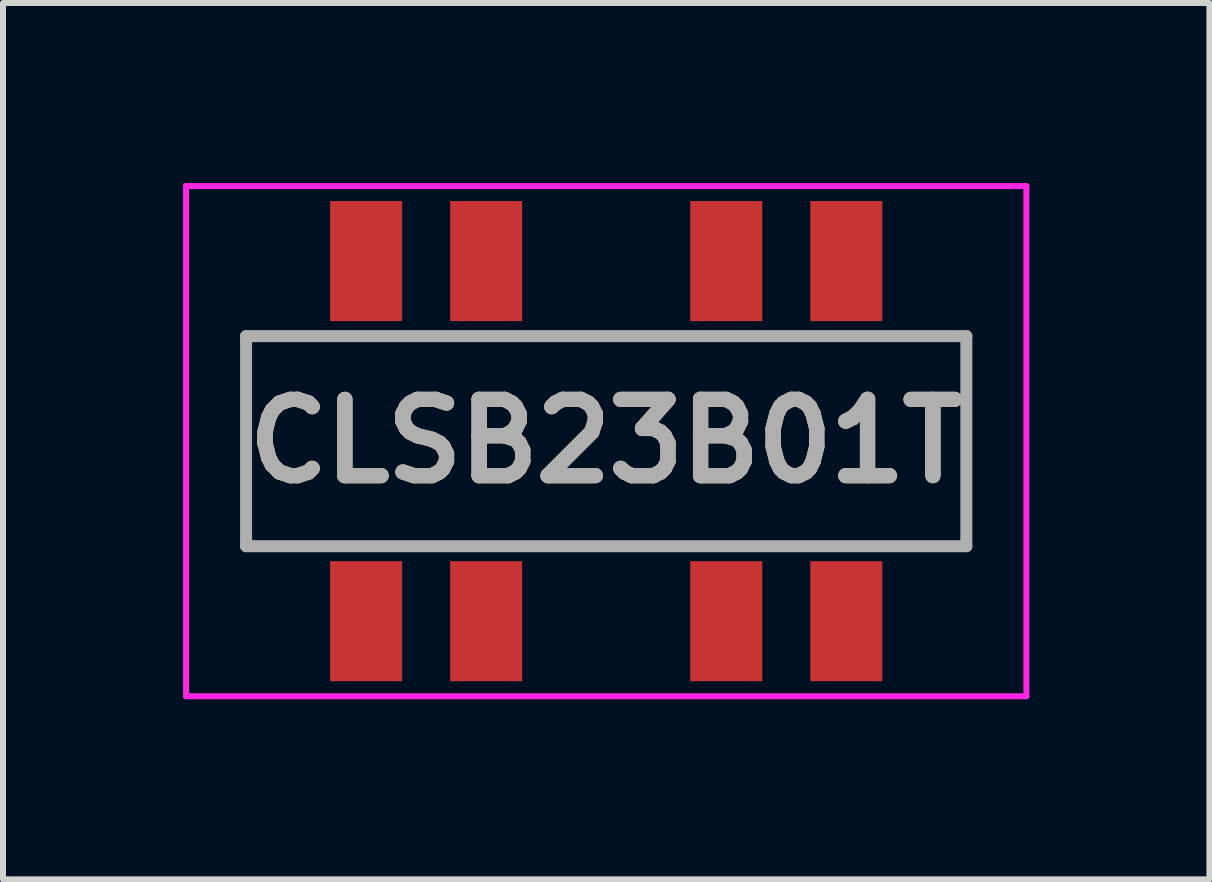
<source format=kicad_pcb>
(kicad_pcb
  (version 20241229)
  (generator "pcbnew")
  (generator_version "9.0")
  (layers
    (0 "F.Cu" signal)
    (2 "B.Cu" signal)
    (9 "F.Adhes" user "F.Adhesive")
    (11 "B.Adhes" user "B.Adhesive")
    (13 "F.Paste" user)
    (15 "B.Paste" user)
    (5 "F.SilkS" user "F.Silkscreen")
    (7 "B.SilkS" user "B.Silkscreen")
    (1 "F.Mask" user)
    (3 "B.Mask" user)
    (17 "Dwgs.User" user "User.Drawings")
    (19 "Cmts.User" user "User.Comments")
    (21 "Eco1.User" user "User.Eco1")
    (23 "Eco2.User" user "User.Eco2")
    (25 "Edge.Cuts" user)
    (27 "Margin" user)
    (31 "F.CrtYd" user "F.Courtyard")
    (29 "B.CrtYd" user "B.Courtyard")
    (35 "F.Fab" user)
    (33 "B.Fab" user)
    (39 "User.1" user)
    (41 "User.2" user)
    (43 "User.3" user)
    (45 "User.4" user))
  (footprint "CLSB23B01T"
    (layer "F.Cu")
    (at 7.05 4.3)
    (property "Reference" "CLSB23B01T" (at 0 0 0) (layer "F.SilkS") (effects (font (size 1.27 1.27) (thickness 0.254))))
    (attr smd)
    (fp_line (start -6 -1.75) (end -6 1.75) (stroke (width 0.1) (type solid)) (layer "F.SilkS"))
    (fp_line (start -6 1.75) (end -5 1.75) (stroke (width 0.1) (type solid)) (layer "F.SilkS"))
    (fp_line (start -5 -1.75) (end -6 -1.75) (stroke (width 0.1) (type solid)) (layer "F.SilkS"))
    (fp_line (start -1 -1.75) (end 1 -1.75) (stroke (width 0.1) (type solid)) (layer "F.SilkS"))
    (fp_line (start -1 1.75) (end 1 1.75) (stroke (width 0.1) (type solid)) (layer "F.SilkS"))
    (fp_line (start 5 -1.75) (end 6 -1.75) (stroke (width 0.1) (type solid)) (layer "F.SilkS"))
    (fp_line (start 6 -1.75) (end 6 1.75) (stroke (width 0.1) (type solid)) (layer "F.SilkS"))
    (fp_line (start 6 1.75) (end 5 1.75) (stroke (width 0.1) (type solid)) (layer "F.SilkS"))
    (fp_line (start -7 -4.25) (end 7 -4.25) (stroke (width 0.1) (type solid)) (layer "F.CrtYd"))
    (fp_line (start -7 4.25) (end -7 -4.25) (stroke (width 0.1) (type solid)) (layer "F.CrtYd"))
    (fp_line (start 7 -4.25) (end 7 4.25) (stroke (width 0.1) (type solid)) (layer "F.CrtYd"))
    (fp_line (start 7 4.25) (end -7 4.25) (stroke (width 0.1) (type solid)) (layer "F.CrtYd"))
    (fp_line (start -6 -1.75) (end 6 -1.75) (stroke (width 0.2) (type solid)) (layer "F.Fab"))
    (fp_line (start -6 1.75) (end -6 -1.75) (stroke (width 0.2) (type solid)) (layer "F.Fab"))
    (fp_line (start 6 -1.75) (end 6 1.75) (stroke (width 0.2) (type solid)) (layer "F.Fab"))
    (fp_line (start 6 1.75) (end -6 1.75) (stroke (width 0.2) (type solid)) (layer "F.Fab"))
    (fp_text user "${REFERENCE}" (at 0 0 0) (layer "F.Fab") (effects (font (size 1.27 1.27) (thickness 0.254))))
    (pad "1" smd rect (at -4 3) (size 1.2 2) (layers "F.Cu" "F.Mask" "F.Paste"))
    (pad "2" smd rect (at -2 3) (size 1.2 2) (layers "F.Cu" "F.Mask" "F.Paste"))
    (pad "3" smd rect (at 2 3) (size 1.2 2) (layers "F.Cu" "F.Mask" "F.Paste"))
    (pad "4" smd rect (at 4 3) (size 1.2 2) (layers "F.Cu" "F.Mask" "F.Paste"))
    (pad "5" smd rect (at -4 -3) (size 1.2 2) (layers "F.Cu" "F.Mask" "F.Paste"))
    (pad "6" smd rect (at -2 -3) (size 1.2 2) (layers "F.Cu" "F.Mask" "F.Paste"))
    (pad "7" smd rect (at 2 -3) (size 1.2 2) (layers "F.Cu" "F.Mask" "F.Paste"))
    (pad "8" smd rect (at 4 -3) (size 1.2 2) (layers "F.Cu" "F.Mask" "F.Paste")))
  (gr_rect
    (start -3 -3)
    (end 17.1 11.6)
    (stroke (width 0.1) (type default))
    (fill no)
    (layer "Edge.Cuts")))
</source>
